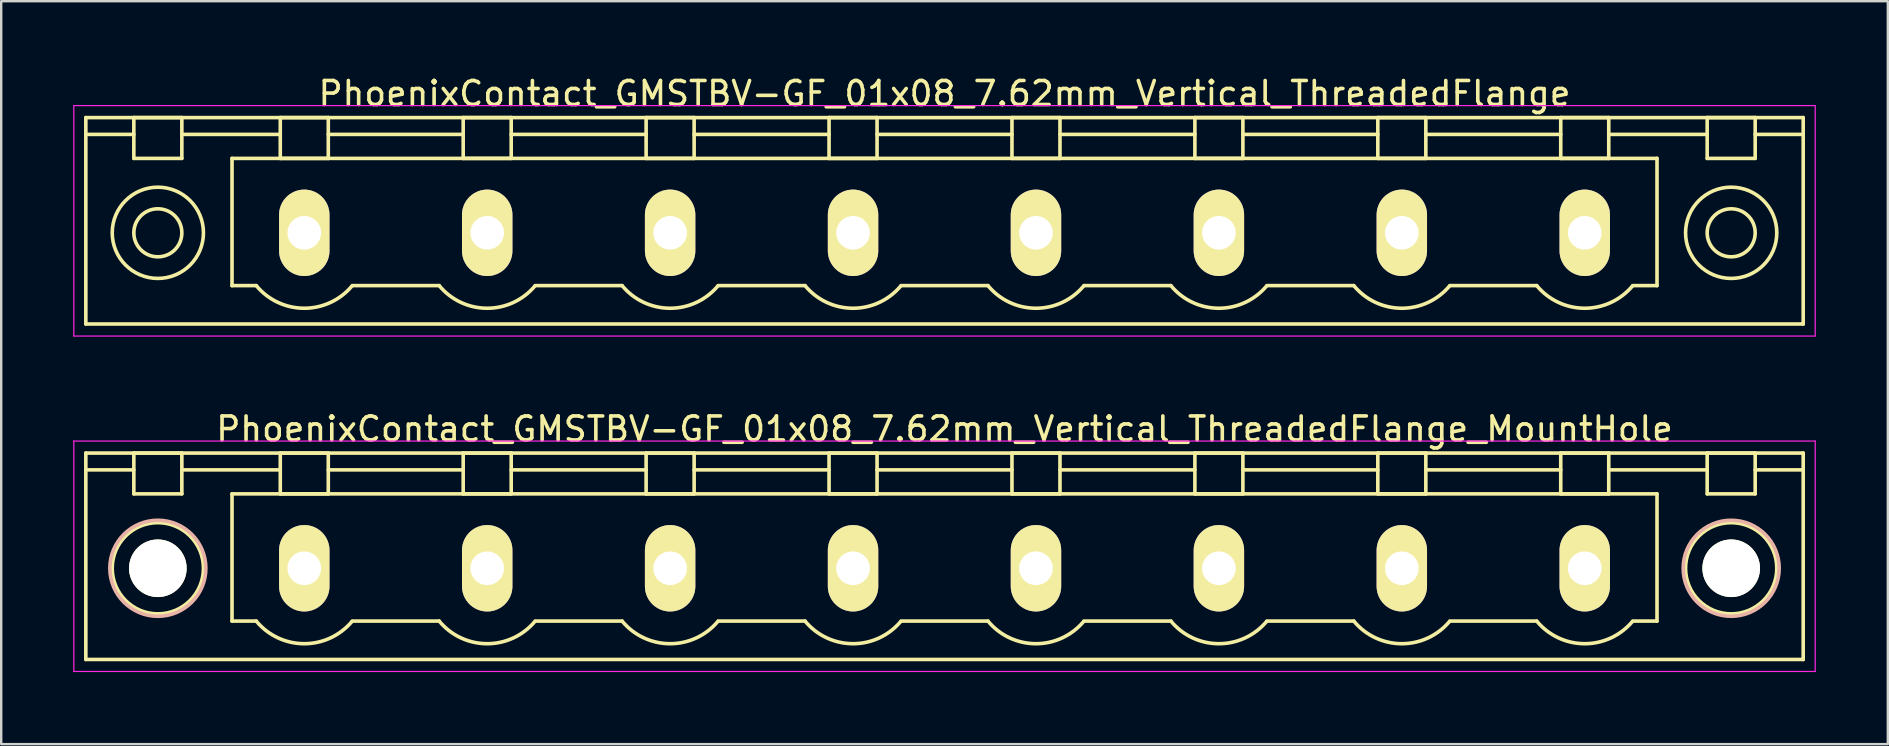
<source format=kicad_pcb>
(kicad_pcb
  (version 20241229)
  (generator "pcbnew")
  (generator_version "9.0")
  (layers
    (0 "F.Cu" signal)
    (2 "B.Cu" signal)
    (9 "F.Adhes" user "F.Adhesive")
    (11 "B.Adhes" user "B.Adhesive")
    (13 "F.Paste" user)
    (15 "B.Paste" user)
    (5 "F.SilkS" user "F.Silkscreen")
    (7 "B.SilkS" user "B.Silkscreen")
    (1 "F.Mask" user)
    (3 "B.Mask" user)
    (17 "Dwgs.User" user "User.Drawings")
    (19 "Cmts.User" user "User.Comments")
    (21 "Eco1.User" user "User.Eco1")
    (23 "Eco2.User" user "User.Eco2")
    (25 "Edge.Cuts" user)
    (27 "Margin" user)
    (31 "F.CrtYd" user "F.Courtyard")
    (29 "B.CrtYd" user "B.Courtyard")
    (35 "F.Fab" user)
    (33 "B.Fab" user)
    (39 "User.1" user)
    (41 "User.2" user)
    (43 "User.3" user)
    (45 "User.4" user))
  (footprint "PhoenixContact_GMSTBV-GF_01x08_7.62mm_Vertical_ThreadedFlange"
    (layer "F.Cu")
    (at 9.625 6.648)
    (property "Reference" "PhoenixContact_GMSTBV-GF_01x08_7.62mm_Vertical_ThreadedFlange" (at 26.67 -5.8 0) (layer "F.SilkS") (effects (font (size 1 1) (thickness 0.15))))
    (attr through_hole)
    (fp_line (start -9.1 -4.8) (end -9.1 3.8) (stroke (width 0.15) (type solid)) (layer "F.SilkS"))
    (fp_line (start -9.1 -4.1) (end -7.1 -4.1) (stroke (width 0.15) (type solid)) (layer "F.SilkS"))
    (fp_line (start -9.1 3.8) (end 62.44 3.8) (stroke (width 0.15) (type solid)) (layer "F.SilkS"))
    (fp_line (start -7.1 -4.8) (end -5.1 -4.8) (stroke (width 0.15) (type solid)) (layer "F.SilkS"))
    (fp_line (start -7.1 -3.1) (end -7.1 -4.8) (stroke (width 0.15) (type solid)) (layer "F.SilkS"))
    (fp_line (start -5.1 -4.8) (end -5.1 -3.1) (stroke (width 0.15) (type solid)) (layer "F.SilkS"))
    (fp_line (start -5.1 -4.1) (end -1 -4.1) (stroke (width 0.15) (type solid)) (layer "F.SilkS"))
    (fp_line (start -5.1 -3.1) (end -7.1 -3.1) (stroke (width 0.15) (type solid)) (layer "F.SilkS"))
    (fp_line (start -3.01 -3.1) (end 56.35 -3.1) (stroke (width 0.15) (type solid)) (layer "F.SilkS"))
    (fp_line (start -3.01 2.2) (end -3.01 -3.1) (stroke (width 0.15) (type solid)) (layer "F.SilkS"))
    (fp_line (start -2 2.2) (end -3.01 2.2) (stroke (width 0.15) (type solid)) (layer "F.SilkS"))
    (fp_line (start -1 -4.8) (end 1 -4.8) (stroke (width 0.15) (type solid)) (layer "F.SilkS"))
    (fp_line (start -1 -3.1) (end -1 -4.8) (stroke (width 0.15) (type solid)) (layer "F.SilkS"))
    (fp_line (start 1 -4.8) (end 1 -3.1) (stroke (width 0.15) (type solid)) (layer "F.SilkS"))
    (fp_line (start 1 -4.1) (end 6.62 -4.1) (stroke (width 0.15) (type solid)) (layer "F.SilkS"))
    (fp_line (start 1 -3.1) (end -1 -3.1) (stroke (width 0.15) (type solid)) (layer "F.SilkS"))
    (fp_line (start 2 2.2) (end 5.62 2.2) (stroke (width 0.15) (type solid)) (layer "F.SilkS"))
    (fp_line (start 6.62 -4.8) (end 8.62 -4.8) (stroke (width 0.15) (type solid)) (layer "F.SilkS"))
    (fp_line (start 6.62 -3.1) (end 6.62 -4.8) (stroke (width 0.15) (type solid)) (layer "F.SilkS"))
    (fp_line (start 8.62 -4.8) (end 8.62 -3.1) (stroke (width 0.15) (type solid)) (layer "F.SilkS"))
    (fp_line (start 8.62 -4.1) (end 14.24 -4.1) (stroke (width 0.15) (type solid)) (layer "F.SilkS"))
    (fp_line (start 8.62 -3.1) (end 6.62 -3.1) (stroke (width 0.15) (type solid)) (layer "F.SilkS"))
    (fp_line (start 9.62 2.2) (end 13.24 2.2) (stroke (width 0.15) (type solid)) (layer "F.SilkS"))
    (fp_line (start 14.24 -4.8) (end 16.24 -4.8) (stroke (width 0.15) (type solid)) (layer "F.SilkS"))
    (fp_line (start 14.24 -3.1) (end 14.24 -4.8) (stroke (width 0.15) (type solid)) (layer "F.SilkS"))
    (fp_line (start 16.24 -4.8) (end 16.24 -3.1) (stroke (width 0.15) (type solid)) (layer "F.SilkS"))
    (fp_line (start 16.24 -4.1) (end 21.86 -4.1) (stroke (width 0.15) (type solid)) (layer "F.SilkS"))
    (fp_line (start 16.24 -3.1) (end 14.24 -3.1) (stroke (width 0.15) (type solid)) (layer "F.SilkS"))
    (fp_line (start 17.24 2.2) (end 20.86 2.2) (stroke (width 0.15) (type solid)) (layer "F.SilkS"))
    (fp_line (start 21.86 -4.8) (end 23.86 -4.8) (stroke (width 0.15) (type solid)) (layer "F.SilkS"))
    (fp_line (start 21.86 -3.1) (end 21.86 -4.8) (stroke (width 0.15) (type solid)) (layer "F.SilkS"))
    (fp_line (start 23.86 -4.8) (end 23.86 -3.1) (stroke (width 0.15) (type solid)) (layer "F.SilkS"))
    (fp_line (start 23.86 -4.1) (end 29.48 -4.1) (stroke (width 0.15) (type solid)) (layer "F.SilkS"))
    (fp_line (start 23.86 -3.1) (end 21.86 -3.1) (stroke (width 0.15) (type solid)) (layer "F.SilkS"))
    (fp_line (start 24.86 2.2) (end 28.48 2.2) (stroke (width 0.15) (type solid)) (layer "F.SilkS"))
    (fp_line (start 29.48 -4.8) (end 31.48 -4.8) (stroke (width 0.15) (type solid)) (layer "F.SilkS"))
    (fp_line (start 29.48 -3.1) (end 29.48 -4.8) (stroke (width 0.15) (type solid)) (layer "F.SilkS"))
    (fp_line (start 31.48 -4.8) (end 31.48 -3.1) (stroke (width 0.15) (type solid)) (layer "F.SilkS"))
    (fp_line (start 31.48 -4.1) (end 37.1 -4.1) (stroke (width 0.15) (type solid)) (layer "F.SilkS"))
    (fp_line (start 31.48 -3.1) (end 29.48 -3.1) (stroke (width 0.15) (type solid)) (layer "F.SilkS"))
    (fp_line (start 32.48 2.2) (end 36.1 2.2) (stroke (width 0.15) (type solid)) (layer "F.SilkS"))
    (fp_line (start 37.1 -4.8) (end 39.1 -4.8) (stroke (width 0.15) (type solid)) (layer "F.SilkS"))
    (fp_line (start 37.1 -3.1) (end 37.1 -4.8) (stroke (width 0.15) (type solid)) (layer "F.SilkS"))
    (fp_line (start 39.1 -4.8) (end 39.1 -3.1) (stroke (width 0.15) (type solid)) (layer "F.SilkS"))
    (fp_line (start 39.1 -4.1) (end 44.72 -4.1) (stroke (width 0.15) (type solid)) (layer "F.SilkS"))
    (fp_line (start 39.1 -3.1) (end 37.1 -3.1) (stroke (width 0.15) (type solid)) (layer "F.SilkS"))
    (fp_line (start 40.1 2.2) (end 43.72 2.2) (stroke (width 0.15) (type solid)) (layer "F.SilkS"))
    (fp_line (start 44.72 -4.8) (end 46.72 -4.8) (stroke (width 0.15) (type solid)) (layer "F.SilkS"))
    (fp_line (start 44.72 -3.1) (end 44.72 -4.8) (stroke (width 0.15) (type solid)) (layer "F.SilkS"))
    (fp_line (start 46.72 -4.8) (end 46.72 -3.1) (stroke (width 0.15) (type solid)) (layer "F.SilkS"))
    (fp_line (start 46.72 -4.1) (end 52.34 -4.1) (stroke (width 0.15) (type solid)) (layer "F.SilkS"))
    (fp_line (start 46.72 -3.1) (end 44.72 -3.1) (stroke (width 0.15) (type solid)) (layer "F.SilkS"))
    (fp_line (start 47.72 2.2) (end 51.34 2.2) (stroke (width 0.15) (type solid)) (layer "F.SilkS"))
    (fp_line (start 52.34 -4.8) (end 54.34 -4.8) (stroke (width 0.15) (type solid)) (layer "F.SilkS"))
    (fp_line (start 52.34 -3.1) (end 52.34 -4.8) (stroke (width 0.15) (type solid)) (layer "F.SilkS"))
    (fp_line (start 54.34 -4.8) (end 54.34 -3.1) (stroke (width 0.15) (type solid)) (layer "F.SilkS"))
    (fp_line (start 54.34 -4.1) (end 58.44 -4.1) (stroke (width 0.15) (type solid)) (layer "F.SilkS"))
    (fp_line (start 54.34 -3.1) (end 52.34 -3.1) (stroke (width 0.15) (type solid)) (layer "F.SilkS"))
    (fp_line (start 56.35 -3.1) (end 56.35 2.2) (stroke (width 0.15) (type solid)) (layer "F.SilkS"))
    (fp_line (start 56.35 2.2) (end 55.34 2.2) (stroke (width 0.15) (type solid)) (layer "F.SilkS"))
    (fp_line (start 58.44 -4.8) (end 60.44 -4.8) (stroke (width 0.15) (type solid)) (layer "F.SilkS"))
    (fp_line (start 58.44 -3.1) (end 58.44 -4.8) (stroke (width 0.15) (type solid)) (layer "F.SilkS"))
    (fp_line (start 60.44 -4.8) (end 60.44 -3.1) (stroke (width 0.15) (type solid)) (layer "F.SilkS"))
    (fp_line (start 60.44 -3.1) (end 58.44 -3.1) (stroke (width 0.15) (type solid)) (layer "F.SilkS"))
    (fp_line (start 62.44 -4.8) (end -9.1 -4.8) (stroke (width 0.15) (type solid)) (layer "F.SilkS"))
    (fp_line (start 62.44 -4.1) (end 60.44 -4.1) (stroke (width 0.15) (type solid)) (layer "F.SilkS"))
    (fp_line (start 62.44 3.8) (end 62.44 -4.8) (stroke (width 0.15) (type solid)) (layer "F.SilkS"))
    (fp_arc (start 1.986842 2.215821) (mid -0.010289 3.142758) (end -2 2.2) (stroke (width 0.15) (type solid)) (layer "F.SilkS"))
    (fp_arc (start 9.606842 2.215821) (mid 7.609711 3.142758) (end 5.62 2.2) (stroke (width 0.15) (type solid)) (layer "F.SilkS"))
    (fp_arc (start 17.226842 2.215821) (mid 15.229711 3.142758) (end 13.24 2.2) (stroke (width 0.15) (type solid)) (layer "F.SilkS"))
    (fp_arc (start 24.846842 2.215821) (mid 22.849711 3.142758) (end 20.86 2.2) (stroke (width 0.15) (type solid)) (layer "F.SilkS"))
    (fp_arc (start 32.466842 2.215821) (mid 30.469711 3.142758) (end 28.48 2.2) (stroke (width 0.15) (type solid)) (layer "F.SilkS"))
    (fp_arc (start 40.086842 2.215821) (mid 38.089711 3.142758) (end 36.1 2.2) (stroke (width 0.15) (type solid)) (layer "F.SilkS"))
    (fp_arc (start 47.706842 2.215821) (mid 45.709711 3.142758) (end 43.72 2.2) (stroke (width 0.15) (type solid)) (layer "F.SilkS"))
    (fp_arc (start 55.326842 2.215821) (mid 53.329711 3.142758) (end 51.34 2.2) (stroke (width 0.15) (type solid)) (layer "F.SilkS"))
    (fp_circle (center -6.1 0) (end -5.1 0) (stroke (width 0.15) (type solid)) (fill no) (layer "F.SilkS"))
    (fp_circle (center -6.1 0) (end -4.2 0) (stroke (width 0.15) (type solid)) (fill no) (layer "F.SilkS"))
    (fp_circle (center 59.44 0) (end 60.44 0) (stroke (width 0.15) (type solid)) (fill no) (layer "F.SilkS"))
    (fp_circle (center 59.44 0) (end 61.34 0) (stroke (width 0.15) (type solid)) (fill no) (layer "F.SilkS"))
    (fp_line (start -9.6 -5.3) (end -9.6 4.3) (stroke (width 0.05) (type solid)) (layer "F.CrtYd"))
    (fp_line (start -9.6 4.3) (end 62.94 4.3) (stroke (width 0.05) (type solid)) (layer "F.CrtYd"))
    (fp_line (start 62.94 -5.3) (end -9.6 -5.3) (stroke (width 0.05) (type solid)) (layer "F.CrtYd"))
    (fp_line (start 62.94 4.3) (end 62.94 -5.3) (stroke (width 0.05) (type solid)) (layer "F.CrtYd"))
    (pad "1" thru_hole oval (at 0 0) (size 2.1 3.6) (drill 1.4) (layers "*.Cu" "*.Mask" "F.SilkS"))
    (pad "2" thru_hole oval (at 7.62 0) (size 2.1 3.6) (drill 1.4) (layers "*.Cu" "*.Mask" "F.SilkS"))
    (pad "3" thru_hole oval (at 15.24 0) (size 2.1 3.6) (drill 1.4) (layers "*.Cu" "*.Mask" "F.SilkS"))
    (pad "4" thru_hole oval (at 22.86 0) (size 2.1 3.6) (drill 1.4) (layers "*.Cu" "*.Mask" "F.SilkS"))
    (pad "5" thru_hole oval (at 30.48 0) (size 2.1 3.6) (drill 1.4) (layers "*.Cu" "*.Mask" "F.SilkS"))
    (pad "6" thru_hole oval (at 38.1 0) (size 2.1 3.6) (drill 1.4) (layers "*.Cu" "*.Mask" "F.SilkS"))
    (pad "7" thru_hole oval (at 45.72 0) (size 2.1 3.6) (drill 1.4) (layers "*.Cu" "*.Mask" "F.SilkS"))
    (pad "8" thru_hole oval (at 53.34 0) (size 2.1 3.6) (drill 1.4) (layers "*.Cu" "*.Mask" "F.SilkS")))
  (footprint "PhoenixContact_GMSTBV-GF_01x08_7.62mm_Vertical_ThreadedFlange_MountHole"
    (layer "F.Cu")
    (at 9.625 20.622)
    (property "Reference" "PhoenixContact_GMSTBV-GF_01x08_7.62mm_Vertical_ThreadedFlange_MountHole" (at 26.67 -5.8 0) (layer "F.SilkS") (effects (font (size 1 1) (thickness 0.15))))
    (attr through_hole)
    (fp_line (start -9.1 -4.8) (end -9.1 3.8) (stroke (width 0.15) (type solid)) (layer "F.SilkS"))
    (fp_line (start -9.1 -4.1) (end -7.1 -4.1) (stroke (width 0.15) (type solid)) (layer "F.SilkS"))
    (fp_line (start -9.1 3.8) (end 62.44 3.8) (stroke (width 0.15) (type solid)) (layer "F.SilkS"))
    (fp_line (start -7.1 -4.8) (end -5.1 -4.8) (stroke (width 0.15) (type solid)) (layer "F.SilkS"))
    (fp_line (start -7.1 -3.1) (end -7.1 -4.8) (stroke (width 0.15) (type solid)) (layer "F.SilkS"))
    (fp_line (start -5.1 -4.8) (end -5.1 -3.1) (stroke (width 0.15) (type solid)) (layer "F.SilkS"))
    (fp_line (start -5.1 -4.1) (end -1 -4.1) (stroke (width 0.15) (type solid)) (layer "F.SilkS"))
    (fp_line (start -5.1 -3.1) (end -7.1 -3.1) (stroke (width 0.15) (type solid)) (layer "F.SilkS"))
    (fp_line (start -3.01 -3.1) (end 56.35 -3.1) (stroke (width 0.15) (type solid)) (layer "F.SilkS"))
    (fp_line (start -3.01 2.2) (end -3.01 -3.1) (stroke (width 0.15) (type solid)) (layer "F.SilkS"))
    (fp_line (start -2 2.2) (end -3.01 2.2) (stroke (width 0.15) (type solid)) (layer "F.SilkS"))
    (fp_line (start -1 -4.8) (end 1 -4.8) (stroke (width 0.15) (type solid)) (layer "F.SilkS"))
    (fp_line (start -1 -3.1) (end -1 -4.8) (stroke (width 0.15) (type solid)) (layer "F.SilkS"))
    (fp_line (start 1 -4.8) (end 1 -3.1) (stroke (width 0.15) (type solid)) (layer "F.SilkS"))
    (fp_line (start 1 -4.1) (end 6.62 -4.1) (stroke (width 0.15) (type solid)) (layer "F.SilkS"))
    (fp_line (start 1 -3.1) (end -1 -3.1) (stroke (width 0.15) (type solid)) (layer "F.SilkS"))
    (fp_line (start 2 2.2) (end 5.62 2.2) (stroke (width 0.15) (type solid)) (layer "F.SilkS"))
    (fp_line (start 6.62 -4.8) (end 8.62 -4.8) (stroke (width 0.15) (type solid)) (layer "F.SilkS"))
    (fp_line (start 6.62 -3.1) (end 6.62 -4.8) (stroke (width 0.15) (type solid)) (layer "F.SilkS"))
    (fp_line (start 8.62 -4.8) (end 8.62 -3.1) (stroke (width 0.15) (type solid)) (layer "F.SilkS"))
    (fp_line (start 8.62 -4.1) (end 14.24 -4.1) (stroke (width 0.15) (type solid)) (layer "F.SilkS"))
    (fp_line (start 8.62 -3.1) (end 6.62 -3.1) (stroke (width 0.15) (type solid)) (layer "F.SilkS"))
    (fp_line (start 9.62 2.2) (end 13.24 2.2) (stroke (width 0.15) (type solid)) (layer "F.SilkS"))
    (fp_line (start 14.24 -4.8) (end 16.24 -4.8) (stroke (width 0.15) (type solid)) (layer "F.SilkS"))
    (fp_line (start 14.24 -3.1) (end 14.24 -4.8) (stroke (width 0.15) (type solid)) (layer "F.SilkS"))
    (fp_line (start 16.24 -4.8) (end 16.24 -3.1) (stroke (width 0.15) (type solid)) (layer "F.SilkS"))
    (fp_line (start 16.24 -4.1) (end 21.86 -4.1) (stroke (width 0.15) (type solid)) (layer "F.SilkS"))
    (fp_line (start 16.24 -3.1) (end 14.24 -3.1) (stroke (width 0.15) (type solid)) (layer "F.SilkS"))
    (fp_line (start 17.24 2.2) (end 20.86 2.2) (stroke (width 0.15) (type solid)) (layer "F.SilkS"))
    (fp_line (start 21.86 -4.8) (end 23.86 -4.8) (stroke (width 0.15) (type solid)) (layer "F.SilkS"))
    (fp_line (start 21.86 -3.1) (end 21.86 -4.8) (stroke (width 0.15) (type solid)) (layer "F.SilkS"))
    (fp_line (start 23.86 -4.8) (end 23.86 -3.1) (stroke (width 0.15) (type solid)) (layer "F.SilkS"))
    (fp_line (start 23.86 -4.1) (end 29.48 -4.1) (stroke (width 0.15) (type solid)) (layer "F.SilkS"))
    (fp_line (start 23.86 -3.1) (end 21.86 -3.1) (stroke (width 0.15) (type solid)) (layer "F.SilkS"))
    (fp_line (start 24.86 2.2) (end 28.48 2.2) (stroke (width 0.15) (type solid)) (layer "F.SilkS"))
    (fp_line (start 29.48 -4.8) (end 31.48 -4.8) (stroke (width 0.15) (type solid)) (layer "F.SilkS"))
    (fp_line (start 29.48 -3.1) (end 29.48 -4.8) (stroke (width 0.15) (type solid)) (layer "F.SilkS"))
    (fp_line (start 31.48 -4.8) (end 31.48 -3.1) (stroke (width 0.15) (type solid)) (layer "F.SilkS"))
    (fp_line (start 31.48 -4.1) (end 37.1 -4.1) (stroke (width 0.15) (type solid)) (layer "F.SilkS"))
    (fp_line (start 31.48 -3.1) (end 29.48 -3.1) (stroke (width 0.15) (type solid)) (layer "F.SilkS"))
    (fp_line (start 32.48 2.2) (end 36.1 2.2) (stroke (width 0.15) (type solid)) (layer "F.SilkS"))
    (fp_line (start 37.1 -4.8) (end 39.1 -4.8) (stroke (width 0.15) (type solid)) (layer "F.SilkS"))
    (fp_line (start 37.1 -3.1) (end 37.1 -4.8) (stroke (width 0.15) (type solid)) (layer "F.SilkS"))
    (fp_line (start 39.1 -4.8) (end 39.1 -3.1) (stroke (width 0.15) (type solid)) (layer "F.SilkS"))
    (fp_line (start 39.1 -4.1) (end 44.72 -4.1) (stroke (width 0.15) (type solid)) (layer "F.SilkS"))
    (fp_line (start 39.1 -3.1) (end 37.1 -3.1) (stroke (width 0.15) (type solid)) (layer "F.SilkS"))
    (fp_line (start 40.1 2.2) (end 43.72 2.2) (stroke (width 0.15) (type solid)) (layer "F.SilkS"))
    (fp_line (start 44.72 -4.8) (end 46.72 -4.8) (stroke (width 0.15) (type solid)) (layer "F.SilkS"))
    (fp_line (start 44.72 -3.1) (end 44.72 -4.8) (stroke (width 0.15) (type solid)) (layer "F.SilkS"))
    (fp_line (start 46.72 -4.8) (end 46.72 -3.1) (stroke (width 0.15) (type solid)) (layer "F.SilkS"))
    (fp_line (start 46.72 -4.1) (end 52.34 -4.1) (stroke (width 0.15) (type solid)) (layer "F.SilkS"))
    (fp_line (start 46.72 -3.1) (end 44.72 -3.1) (stroke (width 0.15) (type solid)) (layer "F.SilkS"))
    (fp_line (start 47.72 2.2) (end 51.34 2.2) (stroke (width 0.15) (type solid)) (layer "F.SilkS"))
    (fp_line (start 52.34 -4.8) (end 54.34 -4.8) (stroke (width 0.15) (type solid)) (layer "F.SilkS"))
    (fp_line (start 52.34 -3.1) (end 52.34 -4.8) (stroke (width 0.15) (type solid)) (layer "F.SilkS"))
    (fp_line (start 54.34 -4.8) (end 54.34 -3.1) (stroke (width 0.15) (type solid)) (layer "F.SilkS"))
    (fp_line (start 54.34 -4.1) (end 58.44 -4.1) (stroke (width 0.15) (type solid)) (layer "F.SilkS"))
    (fp_line (start 54.34 -3.1) (end 52.34 -3.1) (stroke (width 0.15) (type solid)) (layer "F.SilkS"))
    (fp_line (start 56.35 -3.1) (end 56.35 2.2) (stroke (width 0.15) (type solid)) (layer "F.SilkS"))
    (fp_line (start 56.35 2.2) (end 55.34 2.2) (stroke (width 0.15) (type solid)) (layer "F.SilkS"))
    (fp_line (start 58.44 -4.8) (end 60.44 -4.8) (stroke (width 0.15) (type solid)) (layer "F.SilkS"))
    (fp_line (start 58.44 -3.1) (end 58.44 -4.8) (stroke (width 0.15) (type solid)) (layer "F.SilkS"))
    (fp_line (start 60.44 -4.8) (end 60.44 -3.1) (stroke (width 0.15) (type solid)) (layer "F.SilkS"))
    (fp_line (start 60.44 -3.1) (end 58.44 -3.1) (stroke (width 0.15) (type solid)) (layer "F.SilkS"))
    (fp_line (start 62.44 -4.8) (end -9.1 -4.8) (stroke (width 0.15) (type solid)) (layer "F.SilkS"))
    (fp_line (start 62.44 -4.1) (end 60.44 -4.1) (stroke (width 0.15) (type solid)) (layer "F.SilkS"))
    (fp_line (start 62.44 3.8) (end 62.44 -4.8) (stroke (width 0.15) (type solid)) (layer "F.SilkS"))
    (fp_arc (start 1.986842 2.215821) (mid -0.010289 3.142758) (end -2 2.2) (stroke (width 0.15) (type solid)) (layer "F.SilkS"))
    (fp_arc (start 9.606842 2.215821) (mid 7.609711 3.142758) (end 5.62 2.2) (stroke (width 0.15) (type solid)) (layer "F.SilkS"))
    (fp_arc (start 17.226842 2.215821) (mid 15.229711 3.142758) (end 13.24 2.2) (stroke (width 0.15) (type solid)) (layer "F.SilkS"))
    (fp_arc (start 24.846842 2.215821) (mid 22.849711 3.142758) (end 20.86 2.2) (stroke (width 0.15) (type solid)) (layer "F.SilkS"))
    (fp_arc (start 32.466842 2.215821) (mid 30.469711 3.142758) (end 28.48 2.2) (stroke (width 0.15) (type solid)) (layer "F.SilkS"))
    (fp_arc (start 40.086842 2.215821) (mid 38.089711 3.142758) (end 36.1 2.2) (stroke (width 0.15) (type solid)) (layer "F.SilkS"))
    (fp_arc (start 47.706842 2.215821) (mid 45.709711 3.142758) (end 43.72 2.2) (stroke (width 0.15) (type solid)) (layer "F.SilkS"))
    (fp_arc (start 55.326842 2.215821) (mid 53.329711 3.142758) (end 51.34 2.2) (stroke (width 0.15) (type solid)) (layer "F.SilkS"))
    (fp_circle (center -6.1 0) (end -5.1 0) (stroke (width 0.15) (type solid)) (fill no) (layer "F.SilkS"))
    (fp_circle (center -6.1 0) (end -4.2 0) (stroke (width 0.15) (type solid)) (fill no) (layer "F.SilkS"))
    (fp_circle (center 59.44 0) (end 60.44 0) (stroke (width 0.15) (type solid)) (fill no) (layer "F.SilkS"))
    (fp_circle (center 59.44 0) (end 61.34 0) (stroke (width 0.15) (type solid)) (fill no) (layer "F.SilkS"))
    (fp_circle (center -6.1 0) (end -4.1 0) (stroke (width 0.15) (type solid)) (fill no) (layer "B.SilkS"))
    (fp_circle (center 59.44 0) (end 61.44 0) (stroke (width 0.15) (type solid)) (fill no) (layer "B.SilkS"))
    (fp_line (start -9.6 -5.3) (end -9.6 4.3) (stroke (width 0.05) (type solid)) (layer "F.CrtYd"))
    (fp_line (start -9.6 4.3) (end 62.94 4.3) (stroke (width 0.05) (type solid)) (layer "F.CrtYd"))
    (fp_line (start 62.94 -5.3) (end -9.6 -5.3) (stroke (width 0.05) (type solid)) (layer "F.CrtYd"))
    (fp_line (start 62.94 4.3) (end 62.94 -5.3) (stroke (width 0.05) (type solid)) (layer "F.CrtYd"))
    (pad "" np_thru_hole circle (at -6.1 0) (size 2.4 2.4) (drill 2.4) (layers "*.Cu" "*.Mask" "F.SilkS"))
    (pad "" np_thru_hole circle (at 59.44 0) (size 2.4 2.4) (drill 2.4) (layers "*.Cu" "*.Mask" "F.SilkS"))
    (pad "1" thru_hole oval (at 0 0) (size 2.1 3.6) (drill 1.4) (layers "*.Cu" "*.Mask" "F.SilkS"))
    (pad "2" thru_hole oval (at 7.62 0) (size 2.1 3.6) (drill 1.4) (layers "*.Cu" "*.Mask" "F.SilkS"))
    (pad "3" thru_hole oval (at 15.24 0) (size 2.1 3.6) (drill 1.4) (layers "*.Cu" "*.Mask" "F.SilkS"))
    (pad "4" thru_hole oval (at 22.86 0) (size 2.1 3.6) (drill 1.4) (layers "*.Cu" "*.Mask" "F.SilkS"))
    (pad "5" thru_hole oval (at 30.48 0) (size 2.1 3.6) (drill 1.4) (layers "*.Cu" "*.Mask" "F.SilkS"))
    (pad "6" thru_hole oval (at 38.1 0) (size 2.1 3.6) (drill 1.4) (layers "*.Cu" "*.Mask" "F.SilkS"))
    (pad "7" thru_hole oval (at 45.72 0) (size 2.1 3.6) (drill 1.4) (layers "*.Cu" "*.Mask" "F.SilkS"))
    (pad "8" thru_hole oval (at 53.34 0) (size 2.1 3.6) (drill 1.4) (layers "*.Cu" "*.Mask" "F.SilkS")))
  (gr_rect
    (start -3 -3)
    (end 75.59 27.947)
    (stroke (width 0.1) (type default))
    (fill no)
    (layer "Edge.Cuts")))
</source>
